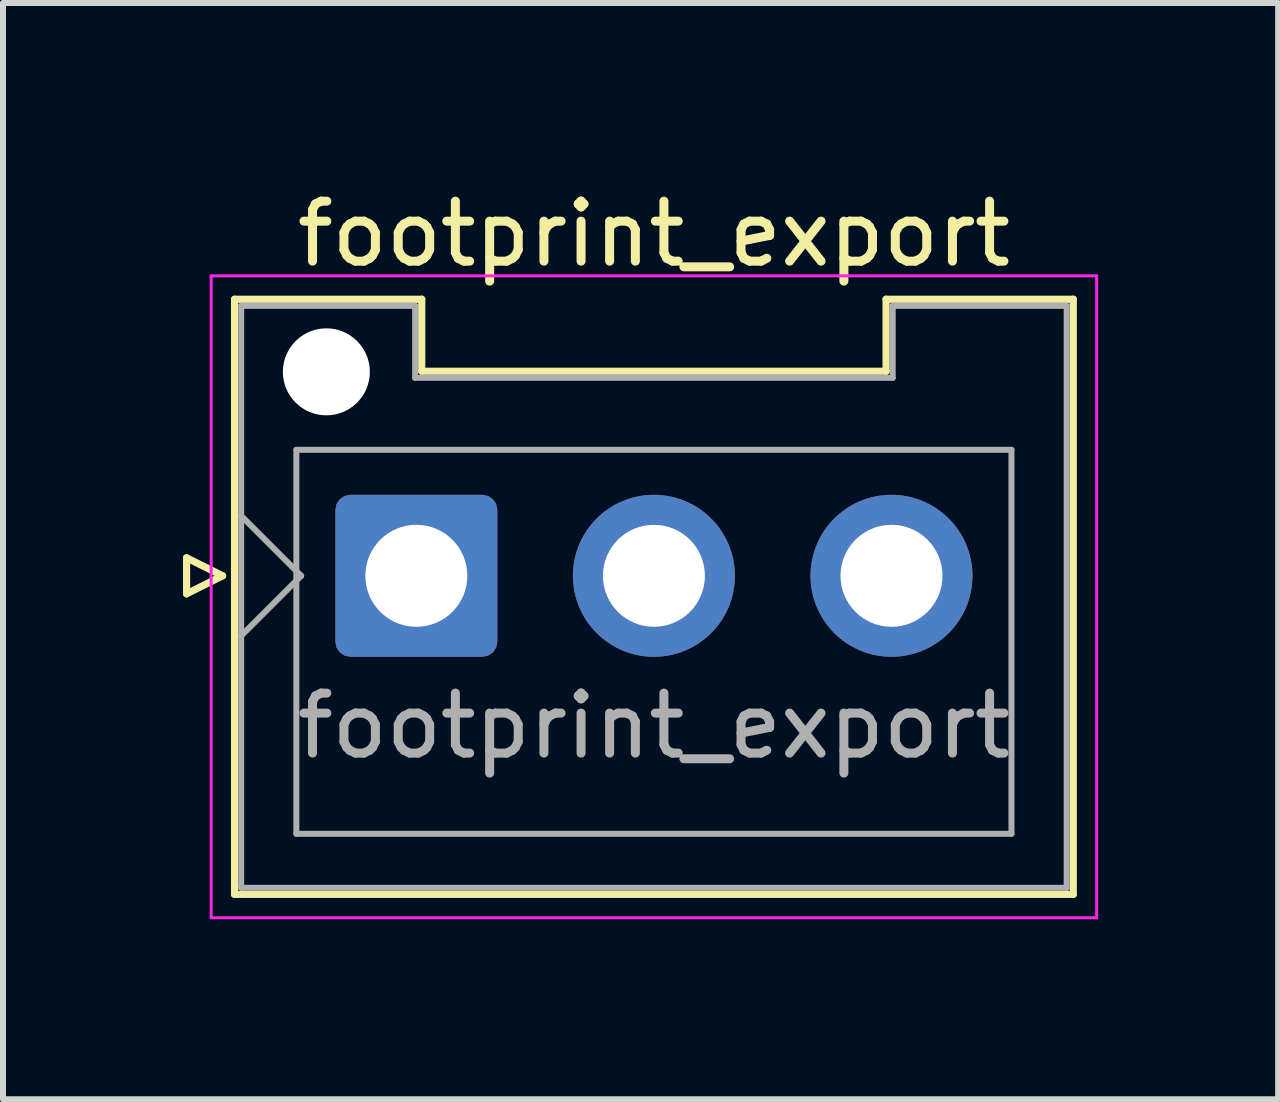
<source format=kicad_pcb>
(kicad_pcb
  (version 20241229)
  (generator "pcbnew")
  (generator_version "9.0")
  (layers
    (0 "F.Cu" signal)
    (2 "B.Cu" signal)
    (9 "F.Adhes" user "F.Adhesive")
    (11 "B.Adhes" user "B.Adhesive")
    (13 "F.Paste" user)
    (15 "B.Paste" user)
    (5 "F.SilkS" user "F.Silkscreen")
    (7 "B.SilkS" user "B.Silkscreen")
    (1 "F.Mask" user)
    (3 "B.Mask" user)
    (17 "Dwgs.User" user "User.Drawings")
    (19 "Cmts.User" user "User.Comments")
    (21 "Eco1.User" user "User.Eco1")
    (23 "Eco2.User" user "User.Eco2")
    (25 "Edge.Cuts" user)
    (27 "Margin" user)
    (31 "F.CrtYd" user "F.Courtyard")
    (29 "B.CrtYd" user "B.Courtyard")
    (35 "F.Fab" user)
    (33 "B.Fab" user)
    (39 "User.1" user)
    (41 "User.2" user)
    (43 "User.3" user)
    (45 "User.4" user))
  (footprint "footprint_export"
    (layer "F.Cu")
    (at 3.89 6.548)
    (property "Reference" "footprint_export" (at 3.96 -5.7 0) (layer "F.SilkS") (effects (font (size 1 1) (thickness 0.15))))
    (attr through_hole)
    (fp_line (start -3.83 -0.3) (end -3.23 0) (stroke (width 0.12) (type solid)) (layer "F.SilkS"))
    (fp_line (start -3.83 0.3) (end -3.83 -0.3) (stroke (width 0.12) (type solid)) (layer "F.SilkS"))
    (fp_line (start -3.23 0) (end -3.83 0.3) (stroke (width 0.12) (type solid)) (layer "F.SilkS"))
    (fp_line (start -3.03 -4.61) (end 0.09 -4.61) (stroke (width 0.12) (type solid)) (layer "F.SilkS"))
    (fp_line (start -3.03 5.31) (end -3.03 -4.61) (stroke (width 0.12) (type solid)) (layer "F.SilkS"))
    (fp_line (start 0.09 -4.61) (end 0.09 -3.41) (stroke (width 0.12) (type solid)) (layer "F.SilkS"))
    (fp_line (start 0.09 -3.41) (end 7.83 -3.41) (stroke (width 0.12) (type solid)) (layer "F.SilkS"))
    (fp_line (start 7.83 -4.61) (end 10.95 -4.61) (stroke (width 0.12) (type solid)) (layer "F.SilkS"))
    (fp_line (start 7.83 -3.41) (end 7.83 -4.61) (stroke (width 0.12) (type solid)) (layer "F.SilkS"))
    (fp_line (start 10.95 -4.61) (end 10.95 5.31) (stroke (width 0.12) (type solid)) (layer "F.SilkS"))
    (fp_line (start 10.95 5.31) (end -3.03 5.31) (stroke (width 0.12) (type solid)) (layer "F.SilkS"))
    (fp_line (start -3.42 -5) (end -3.42 5.7) (stroke (width 0.05) (type solid)) (layer "F.CrtYd"))
    (fp_line (start -3.42 5.7) (end 11.34 5.7) (stroke (width 0.05) (type solid)) (layer "F.CrtYd"))
    (fp_line (start 11.34 -5) (end -3.42 -5) (stroke (width 0.05) (type solid)) (layer "F.CrtYd"))
    (fp_line (start 11.34 5.7) (end 11.34 -5) (stroke (width 0.05) (type solid)) (layer "F.CrtYd"))
    (fp_line (start -2.92 -4.5) (end -0.02 -4.5) (stroke (width 0.1) (type solid)) (layer "F.Fab"))
    (fp_line (start -2.92 -1) (end -1.92 0) (stroke (width 0.1) (type solid)) (layer "F.Fab"))
    (fp_line (start -2.92 1) (end -1.92 0) (stroke (width 0.1) (type solid)) (layer "F.Fab"))
    (fp_line (start -2.92 5.2) (end -2.92 -4.5) (stroke (width 0.1) (type solid)) (layer "F.Fab"))
    (fp_line (start -2 -2.1) (end 9.92 -2.1) (stroke (width 0.1) (type solid)) (layer "F.Fab"))
    (fp_line (start -2 4.3) (end -2 -2.1) (stroke (width 0.1) (type solid)) (layer "F.Fab"))
    (fp_line (start -0.02 -4.5) (end -0.02 -3.3) (stroke (width 0.1) (type solid)) (layer "F.Fab"))
    (fp_line (start -0.02 -3.3) (end 7.94 -3.3) (stroke (width 0.1) (type solid)) (layer "F.Fab"))
    (fp_line (start 7.94 -4.5) (end 10.84 -4.5) (stroke (width 0.1) (type solid)) (layer "F.Fab"))
    (fp_line (start 7.94 -3.3) (end 7.94 -4.5) (stroke (width 0.1) (type solid)) (layer "F.Fab"))
    (fp_line (start 9.92 -2.1) (end 9.92 4.3) (stroke (width 0.1) (type solid)) (layer "F.Fab"))
    (fp_line (start 9.92 4.3) (end -2 4.3) (stroke (width 0.1) (type solid)) (layer "F.Fab"))
    (fp_line (start 10.84 -4.5) (end 10.84 5.2) (stroke (width 0.1) (type solid)) (layer "F.Fab"))
    (fp_line (start 10.84 5.2) (end -2.92 5.2) (stroke (width 0.1) (type solid)) (layer "F.Fab"))
    (fp_text user "${REFERENCE}" (at 3.96 2.5 0) (layer "F.Fab") (effects (font (size 1 1) (thickness 0.15))))
    (pad "" np_thru_hole circle (at -1.5 -3.4) (size 1.45 1.45) (drill 1.45) (layers "*.Cu" "*.Mask"))
    (pad "1" thru_hole roundrect (at 0 0) (size 2.7 2.7) (drill 1.7) (layers "*.Cu" "*.Mask") (roundrect_rratio 0.093))
    (pad "2" thru_hole circle (at 3.96 0) (size 2.7 2.7) (drill 1.7) (layers "*.Cu" "*.Mask"))
    (pad "3" thru_hole circle (at 7.92 0) (size 2.7 2.7) (drill 1.7) (layers "*.Cu" "*.Mask")))
  (gr_rect
    (start -3 -3)
    (end 18.255 15.273)
    (stroke (width 0.1) (type default))
    (fill no)
    (layer "Edge.Cuts")))
</source>
